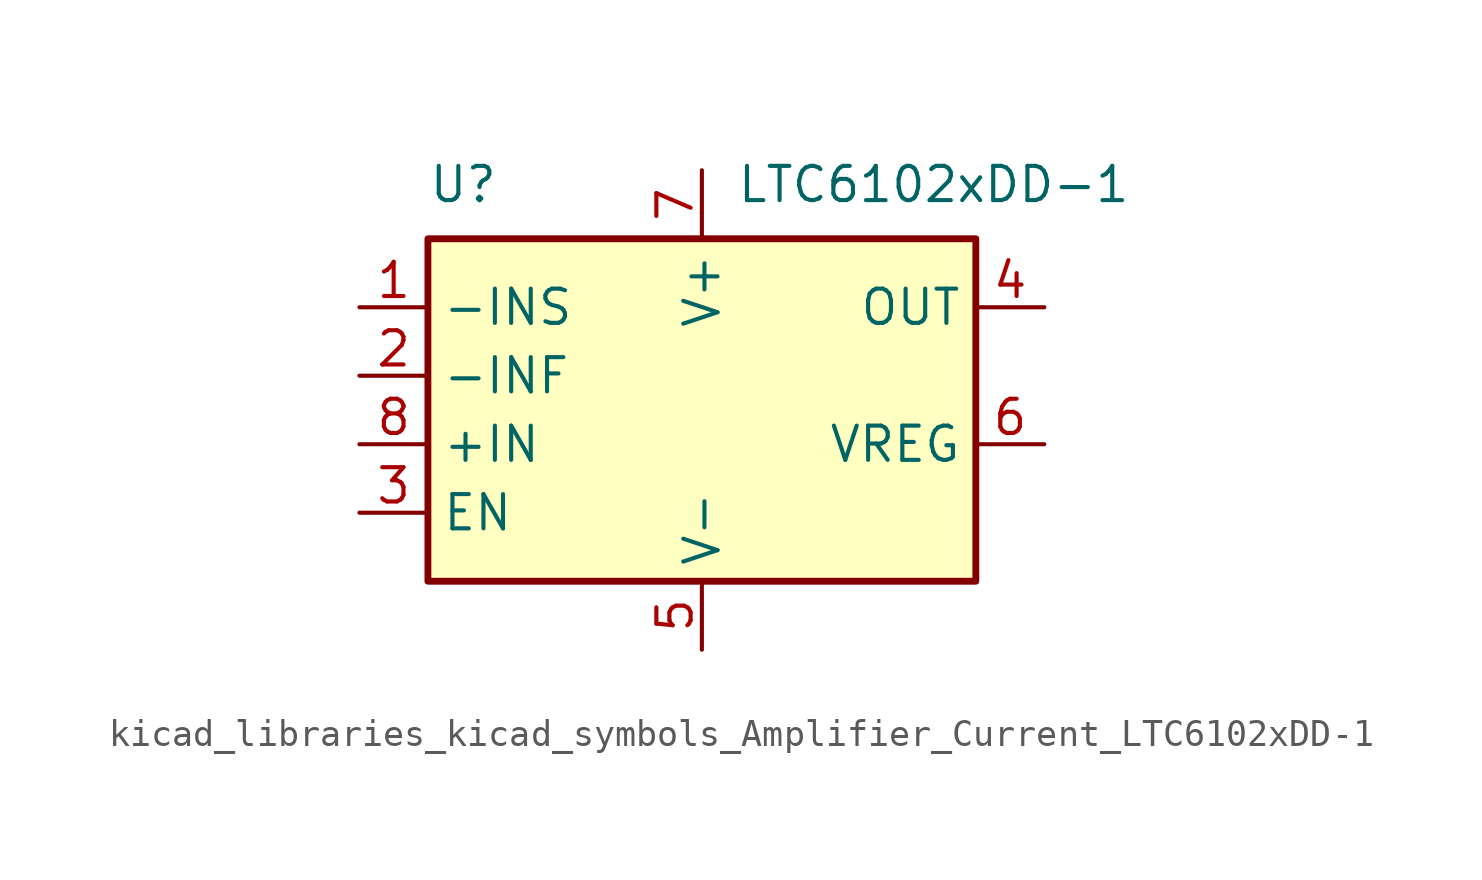
<source format=kicad_sym>
(kicad_symbol_lib
  (version 20220914)
  (generator kicad_symbol_editor)
  (symbol "kicad_libraries_kicad_symbols_Amplifier_Current_LTC6102xDD-1"
    (property "Reference" "U"
      (at -10.16 8.89 0)
      (effects (font (size 1.27 1.27)) (justify left bottom)))
    (property "Value" "LTC6102xDD-1"
      (at 1.27 8.89 0)
      (effects (font (size 1.27 1.27)) (justify left bottom)))
    (symbol "kicad_libraries_kicad_symbols_Amplifier_Current_LTC6102xDD-1_0_1"
      (rectangle (start -10.16 7.62) (end 10.16 -5.08) (stroke (width 0.254) (type default)) (fill (type background))))
    (symbol "kicad_libraries_kicad_symbols_Amplifier_Current_LTC6102xDD-1_1_1"
      (pin input line (at -12.7 5.08 0) (length 2.54) (name "-INS" (effects (font (size 1.27 1.27)))) (number "1" (effects (font (size 1.27 1.27)))))
      (pin input line (at -12.7 2.54 0) (length 2.54) (name "-INF" (effects (font (size 1.27 1.27)))) (number "2" (effects (font (size 1.27 1.27)))))
      (pin input line (at -12.7 -2.54 0) (length 2.54) (name "EN" (effects (font (size 1.27 1.27)))) (number "3" (effects (font (size 1.27 1.27)))))
      (pin output line (at 12.7 5.08 180) (length 2.54) (name "OUT" (effects (font (size 1.27 1.27)))) (number "4" (effects (font (size 1.27 1.27)))))
      (pin power_in line (at 0 -7.62 90) (length 2.54) (name "V-" (effects (font (size 1.27 1.27)))) (number "5" (effects (font (size 1.27 1.27)))))
      (pin output line (at 12.7 0 180) (length 2.54) (name "VREG" (effects (font (size 1.27 1.27)))) (number "6" (effects (font (size 1.27 1.27)))))
      (pin power_in line (at 0 10.16 270) (length 2.54) (name "V+" (effects (font (size 1.27 1.27)))) (number "7" (effects (font (size 1.27 1.27)))))
      (pin input line (at -12.7 0 0) (length 2.54) (name "+IN" (effects (font (size 1.27 1.27)))) (number "8" (effects (font (size 1.27 1.27)))))
      (pin passive line (at 0 -7.62 90) (length 2.54) hide (name "V-" (effects (font (size 1.27 1.27)))) (number "9" (effects (font (size 1.27 1.27))))))))
</source>
